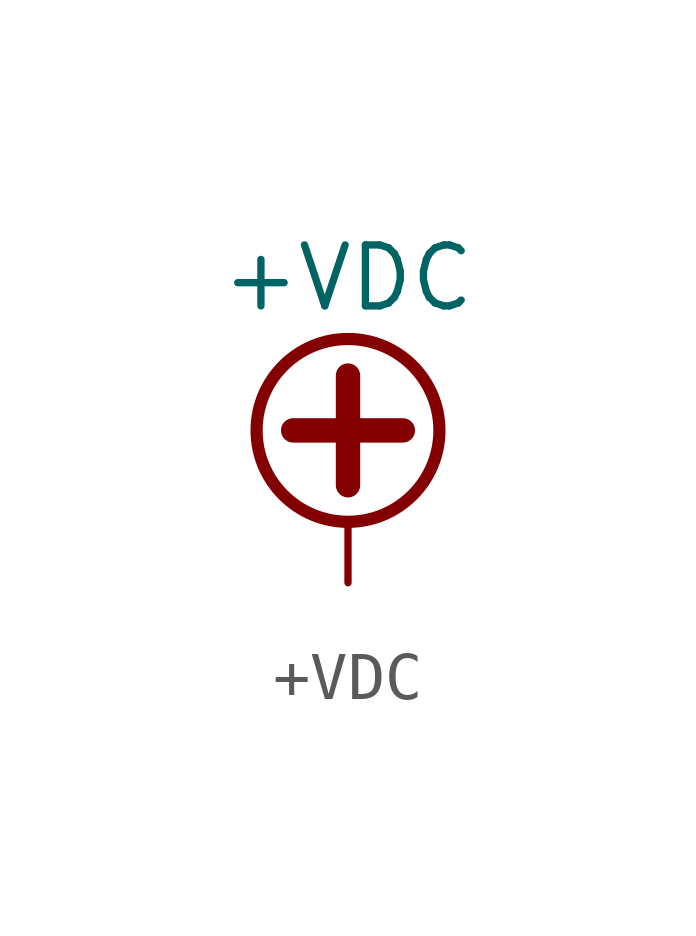
<source format=kicad_sym>
(kicad_symbol_lib
  (version 20231120)
  (generator "kicad_symbol_editor")
  (generator_version "8.0")
  (symbol "+VDC"
    (power)
    (pin_numbers hide)
    (pin_names
      (offset 0) hide)
    (property "Reference" "#PWR"
      (at 0 -2.54 0)
      (effects (font (size 1.27 1.27)) (hide yes)))
    (property "Value" "+VDC"
      (at 0 6.35 0)
      (effects (font (size 1.27 1.27))))
    (symbol "+VDC_0_1"
      (polyline (pts (xy -1.143 3.175) (xy 1.143 3.175)) (stroke (width 0.508) (type default)) (fill (type none)))
      (polyline (pts (xy 0 0) (xy 0 1.27)) (stroke (width 0) (type default)) (fill (type none)))
      (polyline (pts (xy 0 2.032) (xy 0 4.318)) (stroke (width 0.508) (type default)) (fill (type none)))
      (circle (center 0 3.175) (radius 1.905) (stroke (width 0.254) (type default)) (fill (type none))))
    (symbol "+VDC_1_1"
      (pin power_in line (at 0 0 90) (length 0) hide (name "+VDC" (effects (font (size 1.27 1.27)))) (number "1" (effects (font (size 1.27 1.27))))))))
</source>
